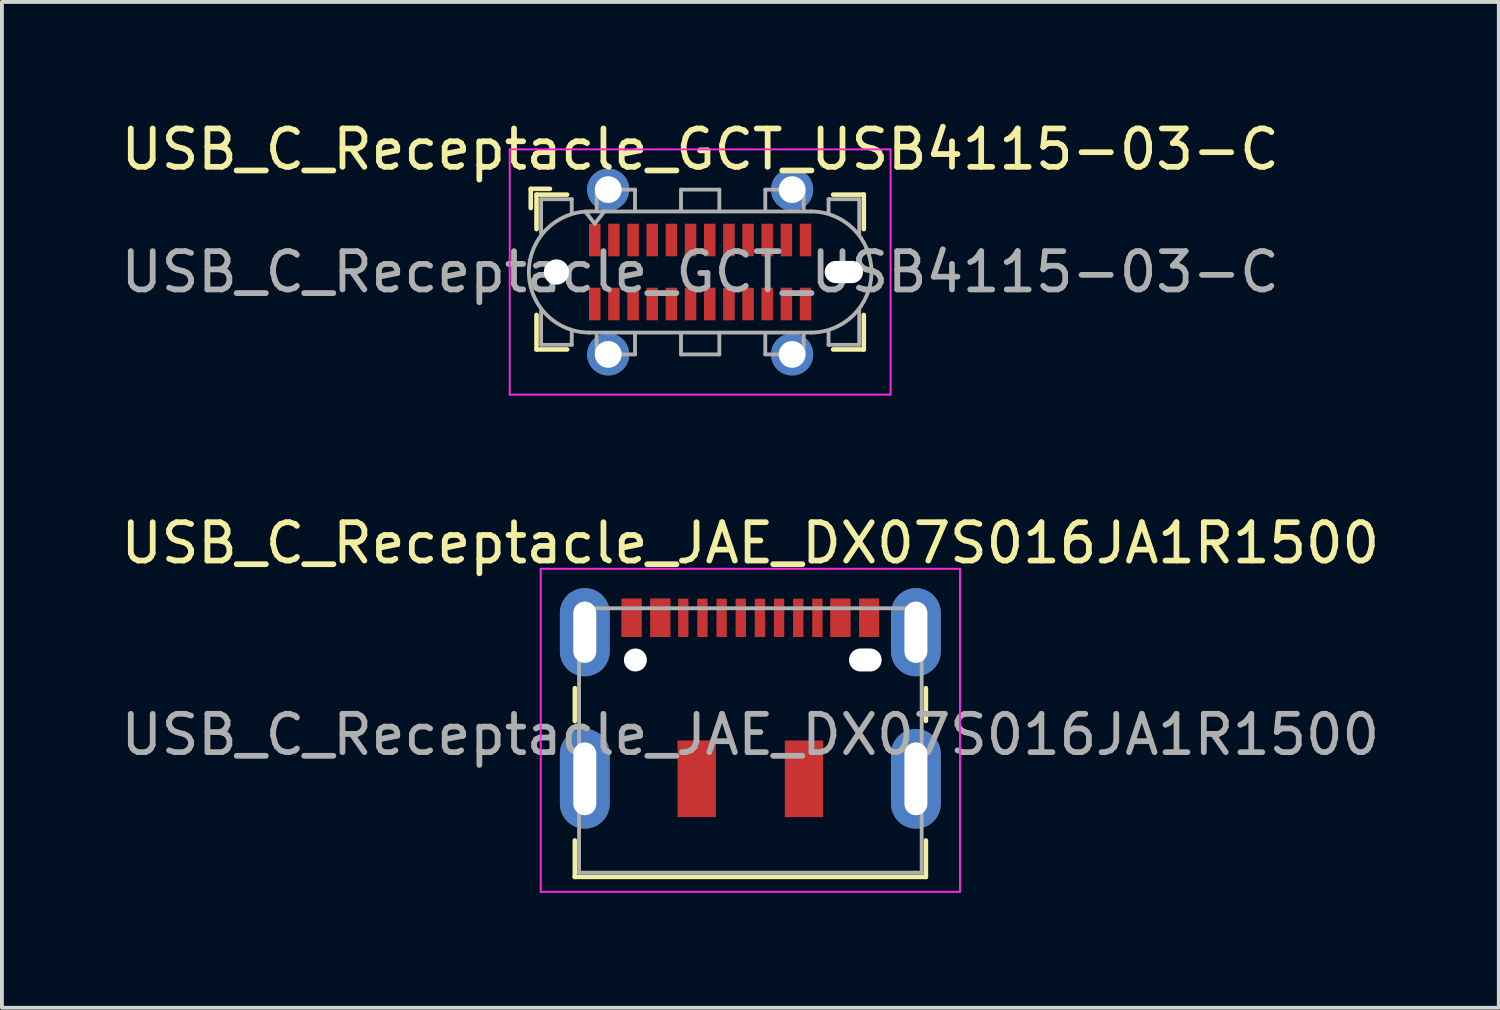
<source format=kicad_pcb>
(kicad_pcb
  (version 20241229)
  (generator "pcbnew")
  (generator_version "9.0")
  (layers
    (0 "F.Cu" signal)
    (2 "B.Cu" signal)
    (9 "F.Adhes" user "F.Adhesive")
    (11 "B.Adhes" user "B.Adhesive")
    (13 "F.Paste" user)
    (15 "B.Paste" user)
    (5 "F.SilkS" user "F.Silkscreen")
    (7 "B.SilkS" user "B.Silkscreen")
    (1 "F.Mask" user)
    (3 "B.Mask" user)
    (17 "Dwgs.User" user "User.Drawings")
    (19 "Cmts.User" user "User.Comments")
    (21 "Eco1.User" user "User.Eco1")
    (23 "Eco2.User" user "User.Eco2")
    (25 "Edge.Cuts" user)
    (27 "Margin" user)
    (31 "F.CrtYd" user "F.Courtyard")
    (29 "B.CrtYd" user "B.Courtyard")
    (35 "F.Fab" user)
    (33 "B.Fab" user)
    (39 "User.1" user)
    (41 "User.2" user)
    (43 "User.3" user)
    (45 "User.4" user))
  (footprint "USB_C_Receptacle_GCT_USB4115-03-C"
    (layer "F.Cu")
    (at 15.22 4.048)
    (property "Reference" "USB_C_Receptacle_GCT_USB4115-03-C" (at 0 -3.2 0) (layer "F.SilkS") (effects (font (size 1 1) (thickness 0.15))))
    (attr smd)
    (fp_line (start -4.42 -2.17) (end -4.42 -1.67) (stroke (width 0.12) (type solid)) (layer "F.SilkS"))
    (fp_line (start -4.42 -2.17) (end -3.92 -2.17) (stroke (width 0.12) (type solid)) (layer "F.SilkS"))
    (fp_line (start -4.27 -2.02) (end -4.27 -1.12) (stroke (width 0.12) (type solid)) (layer "F.SilkS"))
    (fp_line (start -4.27 -2.02) (end -3.47 -2.02) (stroke (width 0.12) (type solid)) (layer "F.SilkS"))
    (fp_line (start -4.27 2.02) (end -4.27 1.12) (stroke (width 0.12) (type solid)) (layer "F.SilkS"))
    (fp_line (start -4.27 2.02) (end -3.47 2.02) (stroke (width 0.12) (type solid)) (layer "F.SilkS"))
    (fp_line (start 4.27 -2.02) (end 3.47 -2.02) (stroke (width 0.12) (type solid)) (layer "F.SilkS"))
    (fp_line (start 4.27 -2.02) (end 4.27 -1.12) (stroke (width 0.12) (type solid)) (layer "F.SilkS"))
    (fp_line (start 4.27 2.02) (end 3.47 2.02) (stroke (width 0.12) (type solid)) (layer "F.SilkS"))
    (fp_line (start 4.27 2.02) (end 4.27 1.12) (stroke (width 0.12) (type solid)) (layer "F.SilkS"))
    (fp_line (start -4.97 -3.2) (end -4.97 3.2) (stroke (width 0.05) (type solid)) (layer "F.CrtYd"))
    (fp_line (start -4.97 3.2) (end 4.97 3.2) (stroke (width 0.05) (type solid)) (layer "F.CrtYd"))
    (fp_line (start 4.97 -3.2) (end -4.97 -3.2) (stroke (width 0.05) (type solid)) (layer "F.CrtYd"))
    (fp_line (start 4.97 3.2) (end 4.97 -3.2) (stroke (width 0.05) (type solid)) (layer "F.CrtYd"))
    (fp_line (start -4.15 -1.9) (end -4.15 -1) (stroke (width 0.1) (type solid)) (layer "F.Fab"))
    (fp_line (start -4.15 -1.9) (end -3.35 -1.9) (stroke (width 0.1) (type solid)) (layer "F.Fab"))
    (fp_line (start -4.15 1.9) (end -4.15 1) (stroke (width 0.1) (type solid)) (layer "F.Fab"))
    (fp_line (start -4.15 1.9) (end -3.35 1.9) (stroke (width 0.1) (type solid)) (layer "F.Fab"))
    (fp_line (start -3.35 -1.9) (end -3.35 -1.55) (stroke (width 0.1) (type solid)) (layer "F.Fab"))
    (fp_line (start -3.35 1.9) (end -3.35 1.55) (stroke (width 0.1) (type solid)) (layer "F.Fab"))
    (fp_line (start -2.89 1.58) (end 2.89 1.58) (stroke (width 0.1) (type solid)) (layer "F.Fab"))
    (fp_line (start -2.75 -1.26) (end -3 -1.58) (stroke (width 0.1) (type solid)) (layer "F.Fab"))
    (fp_line (start -2.7 -2.15) (end -1.7 -2.15) (stroke (width 0.1) (type solid)) (layer "F.Fab"))
    (fp_line (start -2.7 -1.6) (end -2.7 -2.15) (stroke (width 0.1) (type solid)) (layer "F.Fab"))
    (fp_line (start -2.7 1.6) (end -2.7 2.15) (stroke (width 0.1) (type solid)) (layer "F.Fab"))
    (fp_line (start -2.7 2.15) (end -1.7 2.15) (stroke (width 0.1) (type solid)) (layer "F.Fab"))
    (fp_line (start -2.5 -1.58) (end -2.75 -1.26) (stroke (width 0.1) (type solid)) (layer "F.Fab"))
    (fp_line (start -1.7 -2.15) (end -1.7 -1.6) (stroke (width 0.1) (type solid)) (layer "F.Fab"))
    (fp_line (start -1.7 2.15) (end -1.7 1.6) (stroke (width 0.1) (type solid)) (layer "F.Fab"))
    (fp_line (start -0.5 -2.15) (end 0.5 -2.15) (stroke (width 0.1) (type solid)) (layer "F.Fab"))
    (fp_line (start -0.5 -1.6) (end -0.5 -2.15) (stroke (width 0.1) (type solid)) (layer "F.Fab"))
    (fp_line (start -0.5 2.15) (end -0.5 1.6) (stroke (width 0.1) (type solid)) (layer "F.Fab"))
    (fp_line (start 0.5 -2.15) (end 0.5 -1.6) (stroke (width 0.1) (type solid)) (layer "F.Fab"))
    (fp_line (start 0.5 1.6) (end 0.5 2.15) (stroke (width 0.1) (type solid)) (layer "F.Fab"))
    (fp_line (start 0.5 2.15) (end -0.5 2.15) (stroke (width 0.1) (type solid)) (layer "F.Fab"))
    (fp_line (start 1.7 -2.15) (end 1.7 -1.6) (stroke (width 0.1) (type solid)) (layer "F.Fab"))
    (fp_line (start 1.7 2.15) (end 1.7 1.6) (stroke (width 0.1) (type solid)) (layer "F.Fab"))
    (fp_line (start 2.7 -2.15) (end 1.7 -2.15) (stroke (width 0.1) (type solid)) (layer "F.Fab"))
    (fp_line (start 2.7 -1.6) (end 2.7 -2.15) (stroke (width 0.1) (type solid)) (layer "F.Fab"))
    (fp_line (start 2.7 1.6) (end 2.7 2.15) (stroke (width 0.1) (type solid)) (layer "F.Fab"))
    (fp_line (start 2.7 2.15) (end 1.7 2.15) (stroke (width 0.1) (type solid)) (layer "F.Fab"))
    (fp_line (start 2.89 -1.58) (end -2.89 -1.58) (stroke (width 0.1) (type solid)) (layer "F.Fab"))
    (fp_line (start 3.35 -1.9) (end 3.35 -1.55) (stroke (width 0.1) (type solid)) (layer "F.Fab"))
    (fp_line (start 3.35 1.9) (end 3.35 1.55) (stroke (width 0.1) (type solid)) (layer "F.Fab"))
    (fp_line (start 4.15 -1.9) (end 3.35 -1.9) (stroke (width 0.1) (type solid)) (layer "F.Fab"))
    (fp_line (start 4.15 -1.9) (end 4.15 -1) (stroke (width 0.1) (type solid)) (layer "F.Fab"))
    (fp_line (start 4.15 1.9) (end 3.35 1.9) (stroke (width 0.1) (type solid)) (layer "F.Fab"))
    (fp_line (start 4.15 1.9) (end 4.15 1) (stroke (width 0.1) (type solid)) (layer "F.Fab"))
    (fp_arc (start -2.89 1.58) (mid -4.47 0) (end -2.89 -1.58) (stroke (width 0.1) (type solid)) (layer "F.Fab"))
    (fp_arc (start 2.89 -1.58) (mid 4.47 0) (end 2.89 1.58) (stroke (width 0.1) (type solid)) (layer "F.Fab"))
    (fp_text user "${REFERENCE}" (at 0 0 0) (unlocked yes) (layer "F.Fab") (effects (font (size 1 1) (thickness 0.15))))
    (pad "" np_thru_hole circle (at -3.75 0) (size 0.66 0.66) (drill 0.66) (layers "*.Cu" "*.Mask"))
    (pad "" np_thru_hole oval (at 3.75 0) (size 1 0.58) (drill oval 1 0.58) (layers "*.Cu" "*.Mask"))
    (pad "A1" smd rect (at -2.75 -0.835) (size 0.3 0.85) (layers "F.Cu" "F.Mask" "F.Paste"))
    (pad "A2" smd rect (at -2.25 -0.835) (size 0.3 0.85) (layers "F.Cu" "F.Mask" "F.Paste"))
    (pad "A3" smd rect (at -1.75 -0.835) (size 0.3 0.85) (layers "F.Cu" "F.Mask" "F.Paste"))
    (pad "A4" smd rect (at -1.25 -0.835) (size 0.3 0.85) (layers "F.Cu" "F.Mask" "F.Paste"))
    (pad "A5" smd rect (at -0.75 -0.835) (size 0.3 0.85) (layers "F.Cu" "F.Mask" "F.Paste"))
    (pad "A6" smd rect (at -0.25 -0.835) (size 0.3 0.85) (layers "F.Cu" "F.Mask" "F.Paste"))
    (pad "A7" smd rect (at 0.25 -0.835) (size 0.3 0.85) (layers "F.Cu" "F.Mask" "F.Paste"))
    (pad "A8" smd rect (at 0.75 -0.835) (size 0.3 0.85) (layers "F.Cu" "F.Mask" "F.Paste"))
    (pad "A9" smd rect (at 1.25 -0.835) (size 0.3 0.85) (layers "F.Cu" "F.Mask" "F.Paste"))
    (pad "A10" smd rect (at 1.75 -0.835) (size 0.3 0.85) (layers "F.Cu" "F.Mask" "F.Paste"))
    (pad "A11" smd rect (at 2.25 -0.835) (size 0.3 0.85) (layers "F.Cu" "F.Mask" "F.Paste"))
    (pad "A12" smd rect (at 2.75 -0.835) (size 0.3 0.85) (layers "F.Cu" "F.Mask" "F.Paste"))
    (pad "B1" smd rect (at 2.75 0.835) (size 0.3 0.85) (layers "F.Cu" "F.Mask" "F.Paste"))
    (pad "B2" smd rect (at 2.25 0.835) (size 0.3 0.85) (layers "F.Cu" "F.Mask" "F.Paste"))
    (pad "B3" smd rect (at 1.75 0.835) (size 0.3 0.85) (layers "F.Cu" "F.Mask" "F.Paste"))
    (pad "B4" smd rect (at 1.25 0.835) (size 0.3 0.85) (layers "F.Cu" "F.Mask" "F.Paste"))
    (pad "B5" smd rect (at 0.75 0.835) (size 0.3 0.85) (layers "F.Cu" "F.Mask" "F.Paste"))
    (pad "B6" smd rect (at 0.25 0.835) (size 0.3 0.85) (layers "F.Cu" "F.Mask" "F.Paste"))
    (pad "B7" smd rect (at -0.25 0.835) (size 0.3 0.85) (layers "F.Cu" "F.Mask" "F.Paste"))
    (pad "B8" smd rect (at -0.75 0.835) (size 0.3 0.85) (layers "F.Cu" "F.Mask" "F.Paste"))
    (pad "B9" smd rect (at -1.25 0.835) (size 0.3 0.85) (layers "F.Cu" "F.Mask" "F.Paste"))
    (pad "B10" smd rect (at -1.75 0.835) (size 0.3 0.85) (layers "F.Cu" "F.Mask" "F.Paste"))
    (pad "B11" smd rect (at -2.25 0.835) (size 0.3 0.85) (layers "F.Cu" "F.Mask" "F.Paste"))
    (pad "B12" smd rect (at -2.75 0.835) (size 0.3 0.85) (layers "F.Cu" "F.Mask" "F.Paste"))
    (pad "S1" thru_hole circle (at -2.4 -2.15) (size 1.1 1.1) (drill 0.7) (layers "*.Cu" "*.Mask" "F.Paste"))
    (pad "S1" thru_hole circle (at -2.4 2.15) (size 1.1 1.1) (drill 0.7) (layers "*.Cu" "*.Mask" "F.Paste"))
    (pad "S1" thru_hole circle (at 2.4 -2.15) (size 1.1 1.1) (drill 0.7) (layers "*.Cu" "*.Mask" "F.Paste"))
    (pad "S1" thru_hole circle (at 2.4 2.15) (size 1.1 1.1) (drill 0.7) (layers "*.Cu" "*.Mask" "F.Paste"))
    (zone (net_name "") (layer "F.Cu") (name "peg") (hatch full 0.508) (connect_pads) (min_thickness 0.254) (filled_areas_thickness no) (keepout (tracks allowed) (vias allowed) (pads not_allowed) (copperpour not_allowed) (footprints not_allowed)) (placement (enabled no)) (fill) (polygon (pts (xy 16.02 2.248) (xy 14.42 2.248) (xy 14.42 1.548) (xy 16.02 1.548))))
    (zone (net_name "") (layer "F.Cu") (name "peg") (hatch full 0.508) (connect_pads) (min_thickness 0.254) (filled_areas_thickness no) (keepout (tracks allowed) (vias allowed) (pads not_allowed) (copperpour not_allowed) (footprints not_allowed)) (placement (enabled no)) (fill) (polygon (pts (xy 16.02 6.548) (xy 14.42 6.548) (xy 14.42 5.848) (xy 16.02 5.848)))))
  (footprint "USB_C_Receptacle_JAE_DX07S016JA1R1500"
    (layer "F.Cu")
    (at 16.53 16.122)
    (property "Reference" "USB_C_Receptacle_JAE_DX07S016JA1R1500" (at 0 -5 0) (layer "F.SilkS") (effects (font (size 1 1) (thickness 0.15))))
    (attr smd)
    (fp_line (start -4.58 -1.215) (end -4.58 -0.36) (stroke (width 0.12) (type solid)) (layer "F.SilkS"))
    (fp_line (start -4.58 2.76) (end -4.58 3.71) (stroke (width 0.12) (type solid)) (layer "F.SilkS"))
    (fp_line (start -4.58 3.71) (end 4.58 3.71) (stroke (width 0.12) (type solid)) (layer "F.SilkS"))
    (fp_line (start 4.58 -1.215) (end 4.58 -0.36) (stroke (width 0.12) (type solid)) (layer "F.SilkS"))
    (fp_line (start 4.58 2.76) (end 4.58 3.71) (stroke (width 0.12) (type solid)) (layer "F.SilkS"))
    (fp_line (start -5.47 -4.33) (end -5.47 4.1) (stroke (width 0.05) (type solid)) (layer "F.CrtYd"))
    (fp_line (start -5.47 -4.33) (end 5.47 -4.33) (stroke (width 0.05) (type solid)) (layer "F.CrtYd"))
    (fp_line (start -5.47 4.1) (end 5.47 4.1) (stroke (width 0.05) (type solid)) (layer "F.CrtYd"))
    (fp_line (start 5.47 -4.33) (end 5.47 4.1) (stroke (width 0.05) (type solid)) (layer "F.CrtYd"))
    (fp_line (start -4.47 -3.3) (end -4.47 3.6) (stroke (width 0.1) (type solid)) (layer "F.Fab"))
    (fp_line (start -4.47 -3.3) (end 4.47 -3.3) (stroke (width 0.1) (type solid)) (layer "F.Fab"))
    (fp_line (start -4.47 3.6) (end 4.47 3.6) (stroke (width 0.1) (type solid)) (layer "F.Fab"))
    (fp_line (start 4.47 -3.3) (end 4.47 3.6) (stroke (width 0.1) (type solid)) (layer "F.Fab"))
    (fp_text user "${REFERENCE}" (at 0 0 0) (layer "F.Fab") (effects (font (size 1 1) (thickness 0.15))))
    (pad "" np_thru_hole circle (at -3 -1.95) (size 0.6 0.6) (drill 0.6) (layers "*.Cu" "*.Mask"))
    (pad "" smd rect (at -1.4 1.15) (size 1 2) (layers "F.Cu" "F.Mask" "F.Paste"))
    (pad "" smd rect (at 1.4 1.15) (size 1 2) (layers "F.Cu" "F.Mask" "F.Paste"))
    (pad "" np_thru_hole oval (at 3 -1.95) (size 0.85 0.6) (drill oval 0.85 0.6) (layers "*.Cu" "*.Mask"))
    (pad "A1" smd rect (at -3.1 -3.05) (size 0.52 1) (layers "F.Cu" "F.Mask" "F.Paste"))
    (pad "A4" smd rect (at -2.35 -3.05) (size 0.52 1) (layers "F.Cu" "F.Mask" "F.Paste"))
    (pad "A5" smd rect (at -1.75 -3.05) (size 0.27 1) (layers "F.Cu" "F.Mask" "F.Paste"))
    (pad "A6" smd rect (at -0.25 -3.05) (size 0.27 1) (layers "F.Cu" "F.Mask" "F.Paste"))
    (pad "A7" smd rect (at 0.75 -3.05) (size 0.27 1) (layers "F.Cu" "F.Mask" "F.Paste"))
    (pad "A8" smd rect (at 1.75 -3.05) (size 0.27 1) (layers "F.Cu" "F.Mask" "F.Paste"))
    (pad "A9" smd rect (at 2.35 -3.05) (size 0.52 1) (layers "F.Cu" "F.Mask" "F.Paste"))
    (pad "A12" smd rect (at 3.1 -3.05) (size 0.52 1) (layers "F.Cu" "F.Mask" "F.Paste"))
    (pad "B1" smd rect (at 3.1 -3.05) (size 0.52 1) (layers "F.Cu" "F.Mask" "F.Paste"))
    (pad "B4" smd rect (at 2.35 -3.05) (size 0.52 1) (layers "F.Cu" "F.Mask" "F.Paste"))
    (pad "B5" smd rect (at 1.25 -3.05) (size 0.27 1) (layers "F.Cu" "F.Mask" "F.Paste"))
    (pad "B6" smd rect (at 0.25 -3.05) (size 0.27 1) (layers "F.Cu" "F.Mask" "F.Paste"))
    (pad "B7" smd rect (at -0.75 -3.05) (size 0.27 1) (layers "F.Cu" "F.Mask" "F.Paste"))
    (pad "B8" smd rect (at -1.25 -3.05) (size 0.27 1) (layers "F.Cu" "F.Mask" "F.Paste"))
    (pad "B9" smd rect (at -2.35 -3.05) (size 0.52 1) (layers "F.Cu" "F.Mask" "F.Paste"))
    (pad "B12" smd rect (at -3.1 -3.05) (size 0.52 1) (layers "F.Cu" "F.Mask" "F.Paste"))
    (pad "S1" thru_hole oval (at -4.32 -2.675) (size 1.3 2.3) (drill oval 0.6 1.6) (layers "*.Cu" "*.Mask"))
    (pad "S1" thru_hole oval (at -4.32 1.15) (size 1.3 2.6) (drill oval 0.6 1.9) (layers "*.Cu" "*.Mask"))
    (pad "S1" thru_hole oval (at 4.32 -2.675) (size 1.3 2.3) (drill oval 0.6 1.6) (layers "*.Cu" "*.Mask"))
    (pad "S1" thru_hole oval (at 4.32 1.15) (size 1.3 2.6) (drill oval 0.6 1.9) (layers "*.Cu" "*.Mask")))
  (gr_rect
    (start -3 -3)
    (end 36.06 23.247)
    (stroke (width 0.1) (type default))
    (fill no)
    (layer "Edge.Cuts")))
</source>
